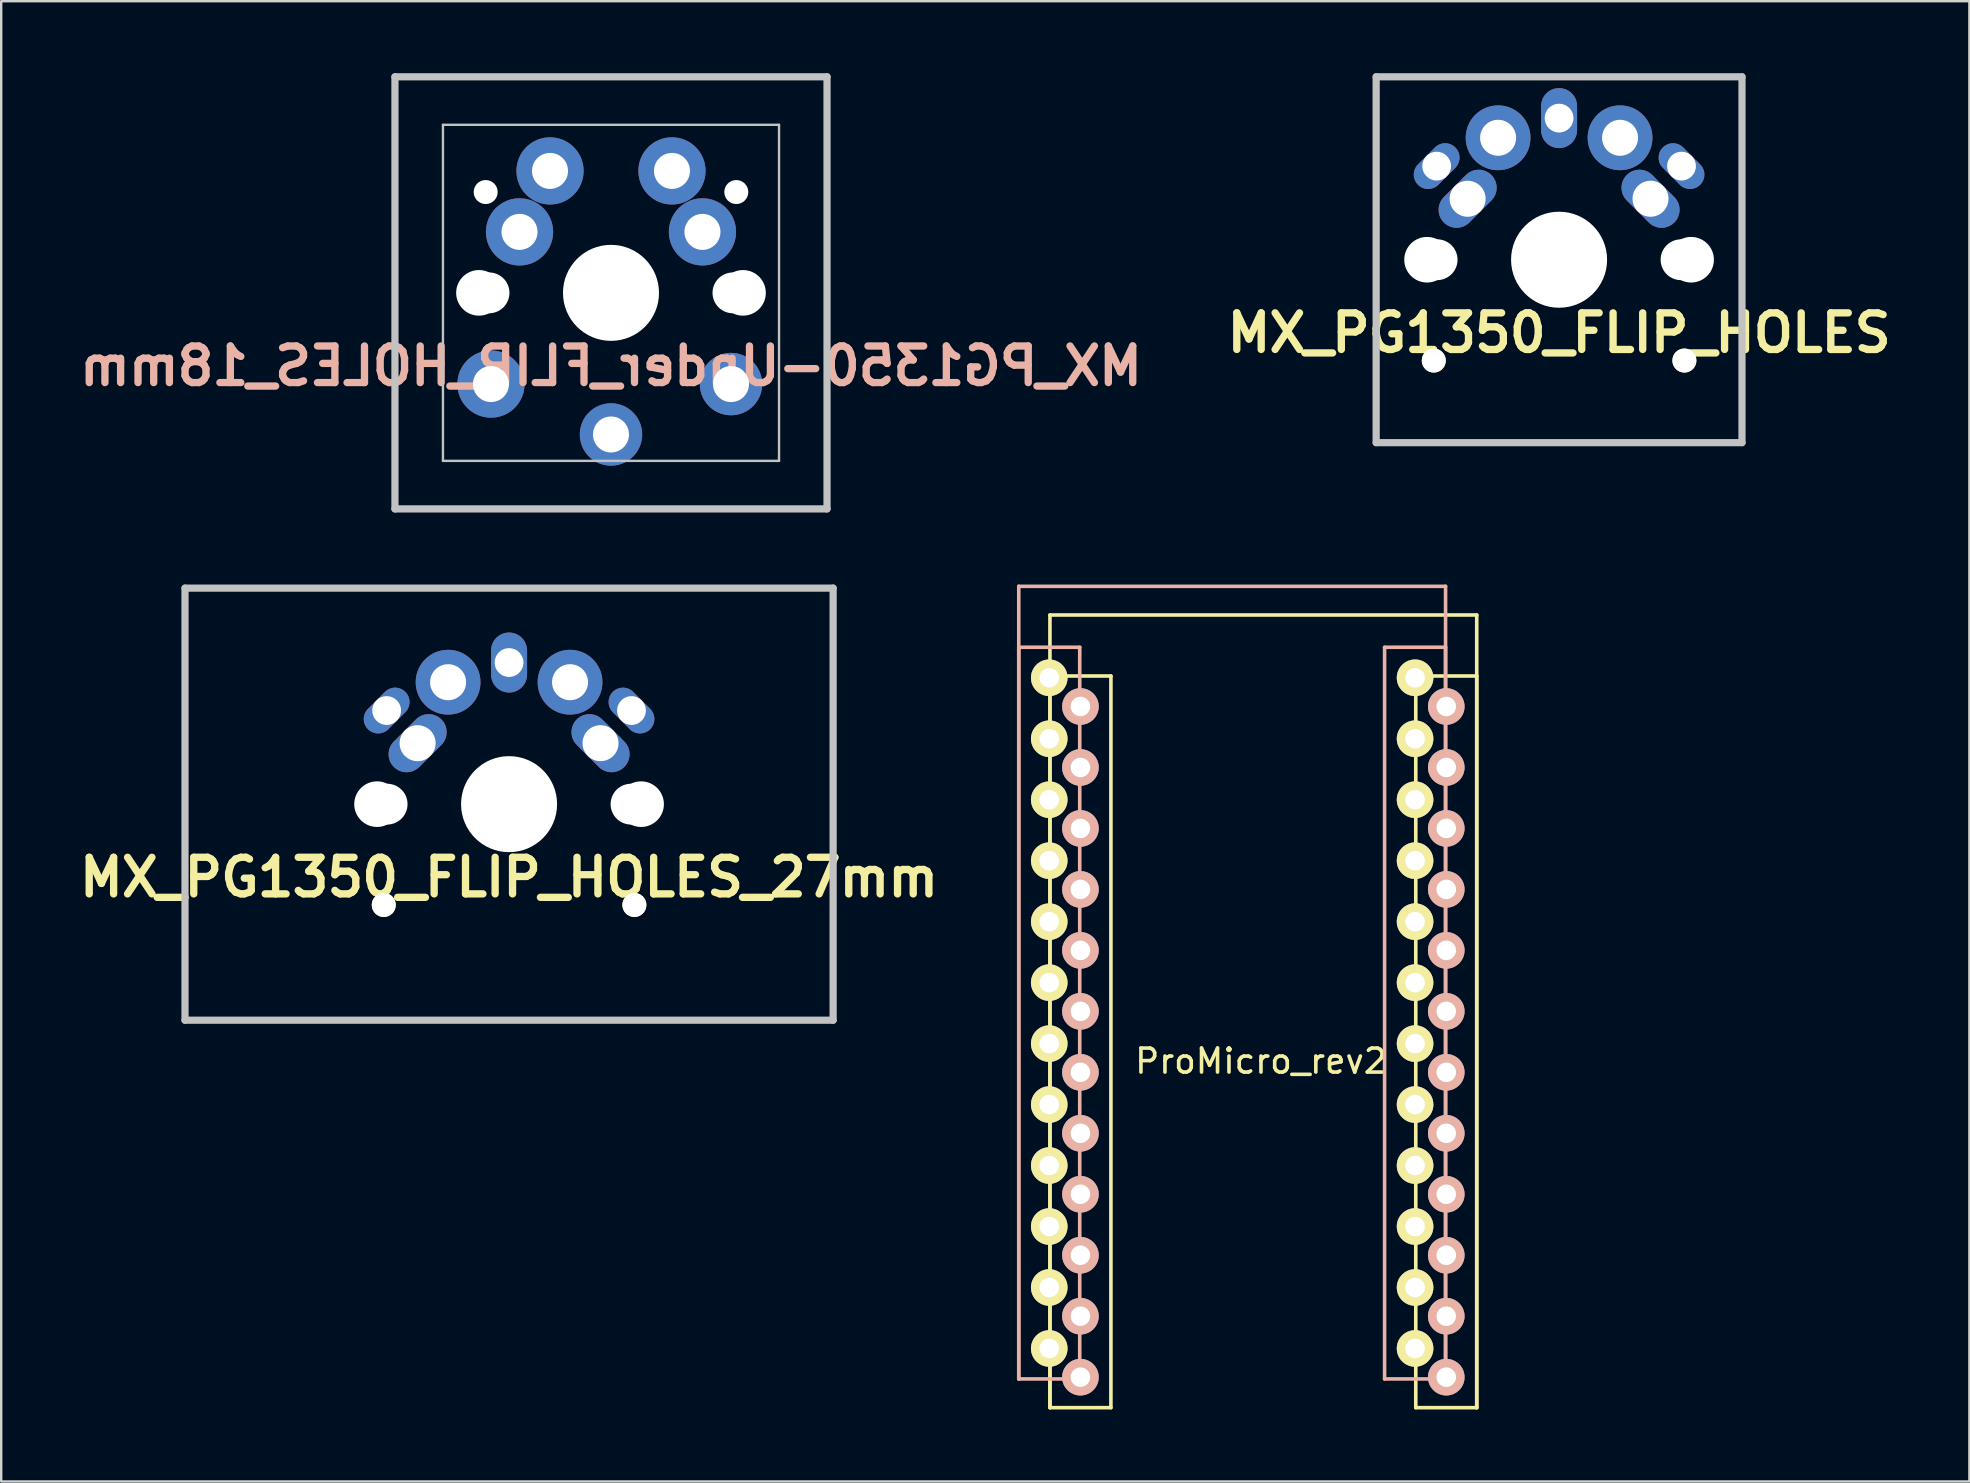
<source format=kicad_pcb>
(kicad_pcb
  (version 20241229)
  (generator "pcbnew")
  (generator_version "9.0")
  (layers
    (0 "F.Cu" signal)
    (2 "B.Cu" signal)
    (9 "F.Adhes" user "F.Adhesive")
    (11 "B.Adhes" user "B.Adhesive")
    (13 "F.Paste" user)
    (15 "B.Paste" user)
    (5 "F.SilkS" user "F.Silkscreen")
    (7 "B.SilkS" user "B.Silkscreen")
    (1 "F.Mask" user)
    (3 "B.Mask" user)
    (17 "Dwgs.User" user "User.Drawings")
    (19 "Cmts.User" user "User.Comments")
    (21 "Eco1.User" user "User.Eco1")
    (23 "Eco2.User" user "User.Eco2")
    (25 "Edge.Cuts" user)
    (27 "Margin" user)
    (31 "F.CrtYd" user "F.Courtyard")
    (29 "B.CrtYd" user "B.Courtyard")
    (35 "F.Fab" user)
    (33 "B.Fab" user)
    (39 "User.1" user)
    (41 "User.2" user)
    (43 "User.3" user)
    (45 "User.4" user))
  (footprint "ProMicro_rev2"
    (layer "F.Cu")
    (at 49.48 39.955)
    (property "Reference" "ProMicro_rev2" (at 0 1.2 0) (layer "F.SilkS") (effects (font (size 1 1) (thickness 0.15))))
    (attr through_hole)
    (fp_line (start -8.791 -17.384) (end -8.791 15.636) (stroke (width 0.15) (type solid)) (layer "F.SilkS"))
    (fp_line (start -8.791 -14.844) (end -8.791 15.636) (stroke (width 0.15) (type solid)) (layer "F.SilkS"))
    (fp_line (start -8.791 15.636) (end -6.251 15.636) (stroke (width 0.15) (type solid)) (layer "F.SilkS"))
    (fp_line (start -6.251 -14.844) (end -8.791 -14.844) (stroke (width 0.15) (type solid)) (layer "F.SilkS"))
    (fp_line (start -6.251 15.636) (end -6.251 -14.844) (stroke (width 0.15) (type solid)) (layer "F.SilkS"))
    (fp_line (start 6.449 -14.844) (end 6.449 15.636) (stroke (width 0.15) (type solid)) (layer "F.SilkS"))
    (fp_line (start 6.449 15.636) (end 8.989 15.636) (stroke (width 0.15) (type solid)) (layer "F.SilkS"))
    (fp_line (start 8.989 -17.384) (end -8.791 -17.384) (stroke (width 0.15) (type solid)) (layer "F.SilkS"))
    (fp_line (start 8.989 -14.844) (end 6.449 -14.844) (stroke (width 0.15) (type solid)) (layer "F.SilkS"))
    (fp_line (start 8.989 15.636) (end 8.989 -17.384) (stroke (width 0.15) (type solid)) (layer "F.SilkS"))
    (fp_line (start 8.989 15.636) (end 8.989 -14.844) (stroke (width 0.15) (type solid)) (layer "F.SilkS"))
    (fp_line (start -10.09 -18.58) (end 7.69 -18.58) (stroke (width 0.15) (type solid)) (layer "B.SilkS"))
    (fp_line (start -10.09 -16.04) (end -7.55 -16.04) (stroke (width 0.15) (type solid)) (layer "B.SilkS"))
    (fp_line (start -10.09 14.44) (end -10.09 -18.58) (stroke (width 0.15) (type solid)) (layer "B.SilkS"))
    (fp_line (start -10.09 14.44) (end -10.09 -16.04) (stroke (width 0.15) (type solid)) (layer "B.SilkS"))
    (fp_line (start -7.55 -16.04) (end -7.55 14.44) (stroke (width 0.15) (type solid)) (layer "B.SilkS"))
    (fp_line (start -7.55 14.44) (end -10.09 14.44) (stroke (width 0.15) (type solid)) (layer "B.SilkS"))
    (fp_line (start 5.15 -16.04) (end 7.69 -16.04) (stroke (width 0.15) (type solid)) (layer "B.SilkS"))
    (fp_line (start 5.15 14.44) (end 5.15 -16.04) (stroke (width 0.15) (type solid)) (layer "B.SilkS"))
    (fp_line (start 7.69 -18.58) (end 7.69 14.44) (stroke (width 0.15) (type solid)) (layer "B.SilkS"))
    (fp_line (start 7.69 -16.04) (end 7.69 14.44) (stroke (width 0.15) (type solid)) (layer "B.SilkS"))
    (fp_line (start 7.69 14.44) (end 5.15 14.44) (stroke (width 0.15) (type solid)) (layer "B.SilkS"))
    (pad "1" thru_hole circle (at -8.82 -14.77) (size 1.524 1.524) (drill 0.813) (layers "*.Cu" "*.Mask" "F.SilkS"))
    (pad "1" thru_hole circle (at 7.719 -13.574 180) (size 1.524 1.524) (drill 0.813) (layers "*.Cu" "*.Mask" "B.SilkS"))
    (pad "2" thru_hole circle (at -8.82 -12.23) (size 1.524 1.524) (drill 0.813) (layers "*.Cu" "*.Mask" "F.SilkS"))
    (pad "2" thru_hole circle (at 7.719 -11.034 180) (size 1.524 1.524) (drill 0.813) (layers "*.Cu" "*.Mask" "B.SilkS"))
    (pad "3" thru_hole circle (at -8.82 -9.69) (size 1.524 1.524) (drill 0.813) (layers "*.Cu" "*.Mask" "F.SilkS"))
    (pad "3" thru_hole circle (at 7.719 -8.494 180) (size 1.524 1.524) (drill 0.813) (layers "*.Cu" "*.Mask" "B.SilkS"))
    (pad "4" thru_hole circle (at -8.82 -7.15) (size 1.524 1.524) (drill 0.813) (layers "*.Cu" "*.Mask" "F.SilkS"))
    (pad "4" thru_hole circle (at 7.719 -5.954 180) (size 1.524 1.524) (drill 0.813) (layers "*.Cu" "*.Mask" "B.SilkS"))
    (pad "5" thru_hole circle (at -8.82 -4.61) (size 1.524 1.524) (drill 0.813) (layers "*.Cu" "*.Mask" "F.SilkS"))
    (pad "5" thru_hole circle (at 7.719 -3.414 180) (size 1.524 1.524) (drill 0.813) (layers "*.Cu" "*.Mask" "B.SilkS"))
    (pad "6" thru_hole circle (at -8.82 -2.07) (size 1.524 1.524) (drill 0.813) (layers "*.Cu" "*.Mask" "F.SilkS"))
    (pad "6" thru_hole circle (at 7.719 -0.874 180) (size 1.524 1.524) (drill 0.813) (layers "*.Cu" "*.Mask" "B.SilkS"))
    (pad "7" thru_hole circle (at -8.82 0.47) (size 1.524 1.524) (drill 0.813) (layers "*.Cu" "*.Mask" "F.SilkS"))
    (pad "7" thru_hole circle (at 7.719 1.666 180) (size 1.524 1.524) (drill 0.813) (layers "*.Cu" "*.Mask" "B.SilkS"))
    (pad "8" thru_hole circle (at -8.82 3.01) (size 1.524 1.524) (drill 0.813) (layers "*.Cu" "*.Mask" "F.SilkS"))
    (pad "8" thru_hole circle (at 7.719 4.206 180) (size 1.524 1.524) (drill 0.813) (layers "*.Cu" "*.Mask" "B.SilkS"))
    (pad "9" thru_hole circle (at -8.82 5.55) (size 1.524 1.524) (drill 0.813) (layers "*.Cu" "*.Mask" "F.SilkS"))
    (pad "9" thru_hole circle (at 7.719 6.746 180) (size 1.524 1.524) (drill 0.813) (layers "*.Cu" "*.Mask" "B.SilkS"))
    (pad "10" thru_hole circle (at -8.82 8.09) (size 1.524 1.524) (drill 0.813) (layers "*.Cu" "*.Mask" "F.SilkS"))
    (pad "10" thru_hole circle (at 7.719 9.286 180) (size 1.524 1.524) (drill 0.813) (layers "*.Cu" "*.Mask" "B.SilkS"))
    (pad "11" thru_hole circle (at -8.82 10.63) (size 1.524 1.524) (drill 0.813) (layers "*.Cu" "*.Mask" "F.SilkS"))
    (pad "11" thru_hole circle (at 7.719 11.826 180) (size 1.524 1.524) (drill 0.813) (layers "*.Cu" "*.Mask" "B.SilkS"))
    (pad "12" thru_hole circle (at -8.82 13.17) (size 1.524 1.524) (drill 0.813) (layers "*.Cu" "*.Mask" "F.SilkS"))
    (pad "12" thru_hole circle (at 7.719 14.366 180) (size 1.524 1.524) (drill 0.813) (layers "*.Cu" "*.Mask" "B.SilkS"))
    (pad "13" thru_hole circle (at -7.521 14.366 180) (size 1.524 1.524) (drill 0.813) (layers "*.Cu" "*.Mask" "B.SilkS"))
    (pad "13" thru_hole circle (at 6.42 13.17) (size 1.524 1.524) (drill 0.813) (layers "*.Cu" "*.Mask" "F.SilkS"))
    (pad "14" thru_hole circle (at -7.521 11.826 180) (size 1.524 1.524) (drill 0.813) (layers "*.Cu" "*.Mask" "B.SilkS"))
    (pad "14" thru_hole circle (at 6.42 10.63) (size 1.524 1.524) (drill 0.813) (layers "*.Cu" "*.Mask" "F.SilkS"))
    (pad "15" thru_hole circle (at -7.521 9.286 180) (size 1.524 1.524) (drill 0.813) (layers "*.Cu" "*.Mask" "B.SilkS"))
    (pad "15" thru_hole circle (at 6.42 8.09) (size 1.524 1.524) (drill 0.813) (layers "*.Cu" "*.Mask" "F.SilkS"))
    (pad "16" thru_hole circle (at -7.521 6.746 180) (size 1.524 1.524) (drill 0.813) (layers "*.Cu" "*.Mask" "B.SilkS"))
    (pad "16" thru_hole circle (at 6.42 5.55) (size 1.524 1.524) (drill 0.813) (layers "*.Cu" "*.Mask" "F.SilkS"))
    (pad "17" thru_hole circle (at -7.521 4.206 180) (size 1.524 1.524) (drill 0.813) (layers "*.Cu" "*.Mask" "B.SilkS"))
    (pad "17" thru_hole circle (at 6.42 3.01) (size 1.524 1.524) (drill 0.813) (layers "*.Cu" "*.Mask" "F.SilkS"))
    (pad "18" thru_hole circle (at -7.521 1.666 180) (size 1.524 1.524) (drill 0.813) (layers "*.Cu" "*.Mask" "B.SilkS"))
    (pad "18" thru_hole circle (at 6.42 0.47) (size 1.524 1.524) (drill 0.813) (layers "*.Cu" "*.Mask" "F.SilkS"))
    (pad "19" thru_hole circle (at -7.521 -0.874 180) (size 1.524 1.524) (drill 0.813) (layers "*.Cu" "*.Mask" "B.SilkS"))
    (pad "19" thru_hole circle (at 6.42 -2.07) (size 1.524 1.524) (drill 0.813) (layers "*.Cu" "*.Mask" "F.SilkS"))
    (pad "20" thru_hole circle (at -7.521 -3.414 180) (size 1.524 1.524) (drill 0.813) (layers "*.Cu" "*.Mask" "B.SilkS"))
    (pad "20" thru_hole circle (at 6.42 -4.61) (size 1.524 1.524) (drill 0.813) (layers "*.Cu" "*.Mask" "F.SilkS"))
    (pad "21" thru_hole circle (at -7.521 -5.954 180) (size 1.524 1.524) (drill 0.813) (layers "*.Cu" "*.Mask" "B.SilkS"))
    (pad "21" thru_hole circle (at 6.42 -7.15) (size 1.524 1.524) (drill 0.813) (layers "*.Cu" "*.Mask" "F.SilkS"))
    (pad "22" thru_hole circle (at -7.521 -8.494 180) (size 1.524 1.524) (drill 0.813) (layers "*.Cu" "*.Mask" "B.SilkS"))
    (pad "22" thru_hole circle (at 6.42 -9.69) (size 1.524 1.524) (drill 0.813) (layers "*.Cu" "*.Mask" "F.SilkS"))
    (pad "23" thru_hole circle (at -7.521 -11.034 180) (size 1.524 1.524) (drill 0.813) (layers "*.Cu" "*.Mask" "B.SilkS"))
    (pad "23" thru_hole circle (at 6.42 -12.23) (size 1.524 1.524) (drill 0.813) (layers "*.Cu" "*.Mask" "F.SilkS"))
    (pad "24" thru_hole circle (at -7.521 -13.574 180) (size 1.524 1.524) (drill 0.813) (layers "*.Cu" "*.Mask" "B.SilkS"))
    (pad "24" thru_hole circle (at 6.42 -14.77) (size 1.524 1.524) (drill 0.813) (layers "*.Cu" "*.Mask" "F.SilkS")))
  (footprint "MX_PG1350-Under_FLIP_HOLES_18mm"
    (layer "F.Cu")
    (at 22.403 9.15)
    (property "Reference" "MX_PG1350-Under_FLIP_HOLES_18mm" (at 0 3.048 0) (layer "B.SilkS") (effects (font (size 1.524 1.524) (thickness 0.305)) (justify mirror)))
    (attr through_hole)
    (fp_line (start -9 -9) (end 9 -9) (stroke (width 0.3) (type solid)) (layer "Dwgs.User"))
    (fp_line (start -9 9) (end -9 -9) (stroke (width 0.3) (type solid)) (layer "Dwgs.User"))
    (fp_line (start -7 -7) (end 7 -7) (stroke (width 0.1) (type solid)) (layer "Dwgs.User"))
    (fp_line (start -7 7) (end -7 -7) (stroke (width 0.1) (type solid)) (layer "Dwgs.User"))
    (fp_line (start 7 -7) (end 7 7) (stroke (width 0.1) (type solid)) (layer "Dwgs.User"))
    (fp_line (start 7 7) (end -7 7) (stroke (width 0.1) (type solid)) (layer "Dwgs.User"))
    (fp_line (start 9 -9) (end 9 9) (stroke (width 0.3) (type solid)) (layer "Dwgs.User"))
    (fp_line (start 9 9) (end -9 9) (stroke (width 0.3) (type solid)) (layer "Dwgs.User"))
    (pad "" np_thru_hole circle (at -5.5 0) (size 1.9 1.9) (drill 1.9) (layers "*.Cu" "*.Mask"))
    (pad "" np_thru_hole circle (at -5.22 -4.2) (size 1 1) (drill 1) (layers "*.Cu" "*.Mask"))
    (pad "" np_thru_hole circle (at -5.08 0) (size 1.7 1.7) (drill 1.7) (layers "*.Cu" "*.Mask"))
    (pad "" np_thru_hole circle (at 0 0) (size 4 4) (drill 4) (layers "*.Cu" "*.Mask"))
    (pad "" np_thru_hole circle (at 5.08 0) (size 1.7 1.7) (drill 1.7) (layers "*.Cu" "*.Mask"))
    (pad "" np_thru_hole circle (at 5.22 -4.2) (size 1 1) (drill 1) (layers "*.Cu" "*.Mask"))
    (pad "" np_thru_hole circle (at 5.5 0) (size 1.9 1.9) (drill 1.9) (layers "*.Cu" "*.Mask"))
    (pad "1" thru_hole circle (at -3.81 -2.54) (size 2.8 2.8) (drill 1.5) (layers "*.Cu" "*.Mask"))
    (pad "1" thru_hole circle (at -2.54 -5.08) (size 2.8 2.8) (drill 1.5) (layers "*.Cu" "*.Mask"))
    (pad "1" thru_hole circle (at 0 5.9) (size 2.6 2.6) (drill 1.5) (layers "*.Cu" "*.Mask"))
    (pad "2" thru_hole circle (at -5 3.8) (size 2.8 2.8) (drill 1.5) (layers "*.Cu" "*.Mask"))
    (pad "2" thru_hole circle (at 2.54 -5.08) (size 2.8 2.8) (drill 1.5) (layers "*.Cu" "*.Mask"))
    (pad "2" thru_hole circle (at 3.81 -2.54) (size 2.8 2.8) (drill 1.5) (layers "*.Cu" "*.Mask"))
    (pad "2" thru_hole circle (at 5 3.8) (size 2.6 2.6) (drill 1.5) (layers "*.Cu" "*.Mask")))
  (footprint "MX_PG1350_FLIP_HOLES_27mm"
    (placed yes)
    (layer "F.Cu")
    (at 18.157 30.45)
    (property "Reference" "MX_PG1350_FLIP_HOLES_27mm" (at 0 3.048 0) (layer "F.SilkS") (effects (font (size 1.524 1.524) (thickness 0.305))))
    (attr through_hole)
    (fp_line (start -13.5 -9) (end 13.5 -9) (stroke (width 0.3) (type solid)) (layer "Dwgs.User"))
    (fp_line (start -13.5 9) (end -13.5 -9) (stroke (width 0.3) (type solid)) (layer "Dwgs.User"))
    (fp_line (start 13.5 -9) (end 13.5 9) (stroke (width 0.3) (type solid)) (layer "Dwgs.User"))
    (fp_line (start 13.5 9) (end -13.5 9) (stroke (width 0.3) (type solid)) (layer "Dwgs.User"))
    (pad "" np_thru_hole circle (at -5.5 0) (size 1.9 1.9) (drill 1.9) (layers "*.Cu" "*.Mask"))
    (pad "" np_thru_hole circle (at -5.22 4.2) (size 1 1) (drill 1) (layers "*.Cu" "*.Mask" "F.SilkS"))
    (pad "" np_thru_hole circle (at -5.08 0) (size 1.7 1.7) (drill 1.7) (layers "*.Cu" "*.Mask"))
    (pad "" np_thru_hole circle (at 0 0) (size 4 4) (drill 4) (layers "*.Cu" "*.Mask"))
    (pad "" np_thru_hole circle (at 5.08 0) (size 1.7 1.7) (drill 1.7) (layers "*.Cu" "*.Mask"))
    (pad "" np_thru_hole circle (at 5.22 4.2) (size 1 1) (drill 1) (layers "*.Cu" "*.Mask" "F.SilkS"))
    (pad "" np_thru_hole circle (at 5.5 0) (size 1.9 1.9) (drill 1.9) (layers "*.Cu" "*.Mask"))
    (pad "1" thru_hole oval (at -5.1 -3.9 45) (size 2.2 1.2) (drill oval 1.2) (layers "*.Cu" "*.Mask"))
    (pad "1" thru_hole oval (at -3.81 -2.54 45) (size 2.8 1.5) (drill oval 1.5) (layers "*.Cu" "*.Mask"))
    (pad "1" thru_hole circle (at -2.54 -5.08) (size 2.7 2.7) (drill 1.5) (layers "*.Cu" "*.Mask"))
    (pad "1" thru_hole oval (at 5.1 -3.9 315) (size 2.2 1.2) (drill oval 1.2) (layers "*.Cu" "*.Mask"))
    (pad "2" thru_hole oval (at 0 -5.9 90) (size 2.5 1.5) (drill 1.2) (layers "*.Cu" "*.Mask"))
    (pad "2" thru_hole circle (at 2.54 -5.08) (size 2.7 2.7) (drill 1.5) (layers "*.Cu" "*.Mask"))
    (pad "2" thru_hole oval (at 3.81 -2.54 315) (size 2.8 1.5) (drill 1.5) (layers "*.Cu" "*.Mask")))
  (footprint "MX_PG1350_FLIP_HOLES"
    (placed yes)
    (layer "F.Cu")
    (at 61.899 7.77)
    (property "Reference" "MX_PG1350_FLIP_HOLES" (at 0 3.048 0) (layer "F.SilkS") (effects (font (size 1.524 1.524) (thickness 0.305))))
    (attr through_hole)
    (fp_line (start -7.62 -7.62) (end 7.62 -7.62) (stroke (width 0.3) (type solid)) (layer "Dwgs.User"))
    (fp_line (start -7.62 7.62) (end -7.62 -7.62) (stroke (width 0.3) (type solid)) (layer "Dwgs.User"))
    (fp_line (start 7.62 -7.62) (end 7.62 7.62) (stroke (width 0.3) (type solid)) (layer "Dwgs.User"))
    (fp_line (start 7.62 7.62) (end -7.62 7.62) (stroke (width 0.3) (type solid)) (layer "Dwgs.User"))
    (pad "" np_thru_hole circle (at -5.5 0) (size 1.9 1.9) (drill 1.9) (layers "*.Cu" "*.Mask"))
    (pad "" np_thru_hole circle (at -5.22 4.2) (size 1 1) (drill 1) (layers "*.Cu" "*.Mask" "F.SilkS"))
    (pad "" np_thru_hole circle (at -5.08 0) (size 1.7 1.7) (drill 1.7) (layers "*.Cu" "*.Mask"))
    (pad "" np_thru_hole circle (at 0 0) (size 4 4) (drill 4) (layers "*.Cu" "*.Mask"))
    (pad "" np_thru_hole circle (at 5.08 0) (size 1.7 1.7) (drill 1.7) (layers "*.Cu" "*.Mask"))
    (pad "" np_thru_hole circle (at 5.22 4.2) (size 1 1) (drill 1) (layers "*.Cu" "*.Mask" "F.SilkS"))
    (pad "" np_thru_hole circle (at 5.5 0) (size 1.9 1.9) (drill 1.9) (layers "*.Cu" "*.Mask"))
    (pad "1" thru_hole oval (at -5.1 -3.9 45) (size 2.2 1.2) (drill oval 1.2) (layers "*.Cu" "*.Mask"))
    (pad "1" thru_hole oval (at -3.81 -2.54 45) (size 2.8 1.5) (drill oval 1.5) (layers "*.Cu" "*.Mask"))
    (pad "1" thru_hole circle (at -2.54 -5.08) (size 2.7 2.7) (drill 1.5) (layers "*.Cu" "*.Mask"))
    (pad "1" thru_hole oval (at 5.1 -3.9 315) (size 2.2 1.2) (drill oval 1.2) (layers "*.Cu" "*.Mask"))
    (pad "2" thru_hole oval (at 0 -5.9 90) (size 2.5 1.5) (drill 1.2) (layers "*.Cu" "*.Mask"))
    (pad "2" thru_hole circle (at 2.54 -5.08) (size 2.7 2.7) (drill 1.5) (layers "*.Cu" "*.Mask"))
    (pad "2" thru_hole oval (at 3.81 -2.54 315) (size 2.8 1.5) (drill 1.5) (layers "*.Cu" "*.Mask")))
  (gr_rect
    (start -3 -3)
    (end 78.992 58.666)
    (stroke (width 0.1) (type default))
    (fill no)
    (layer "Edge.Cuts")))
</source>
